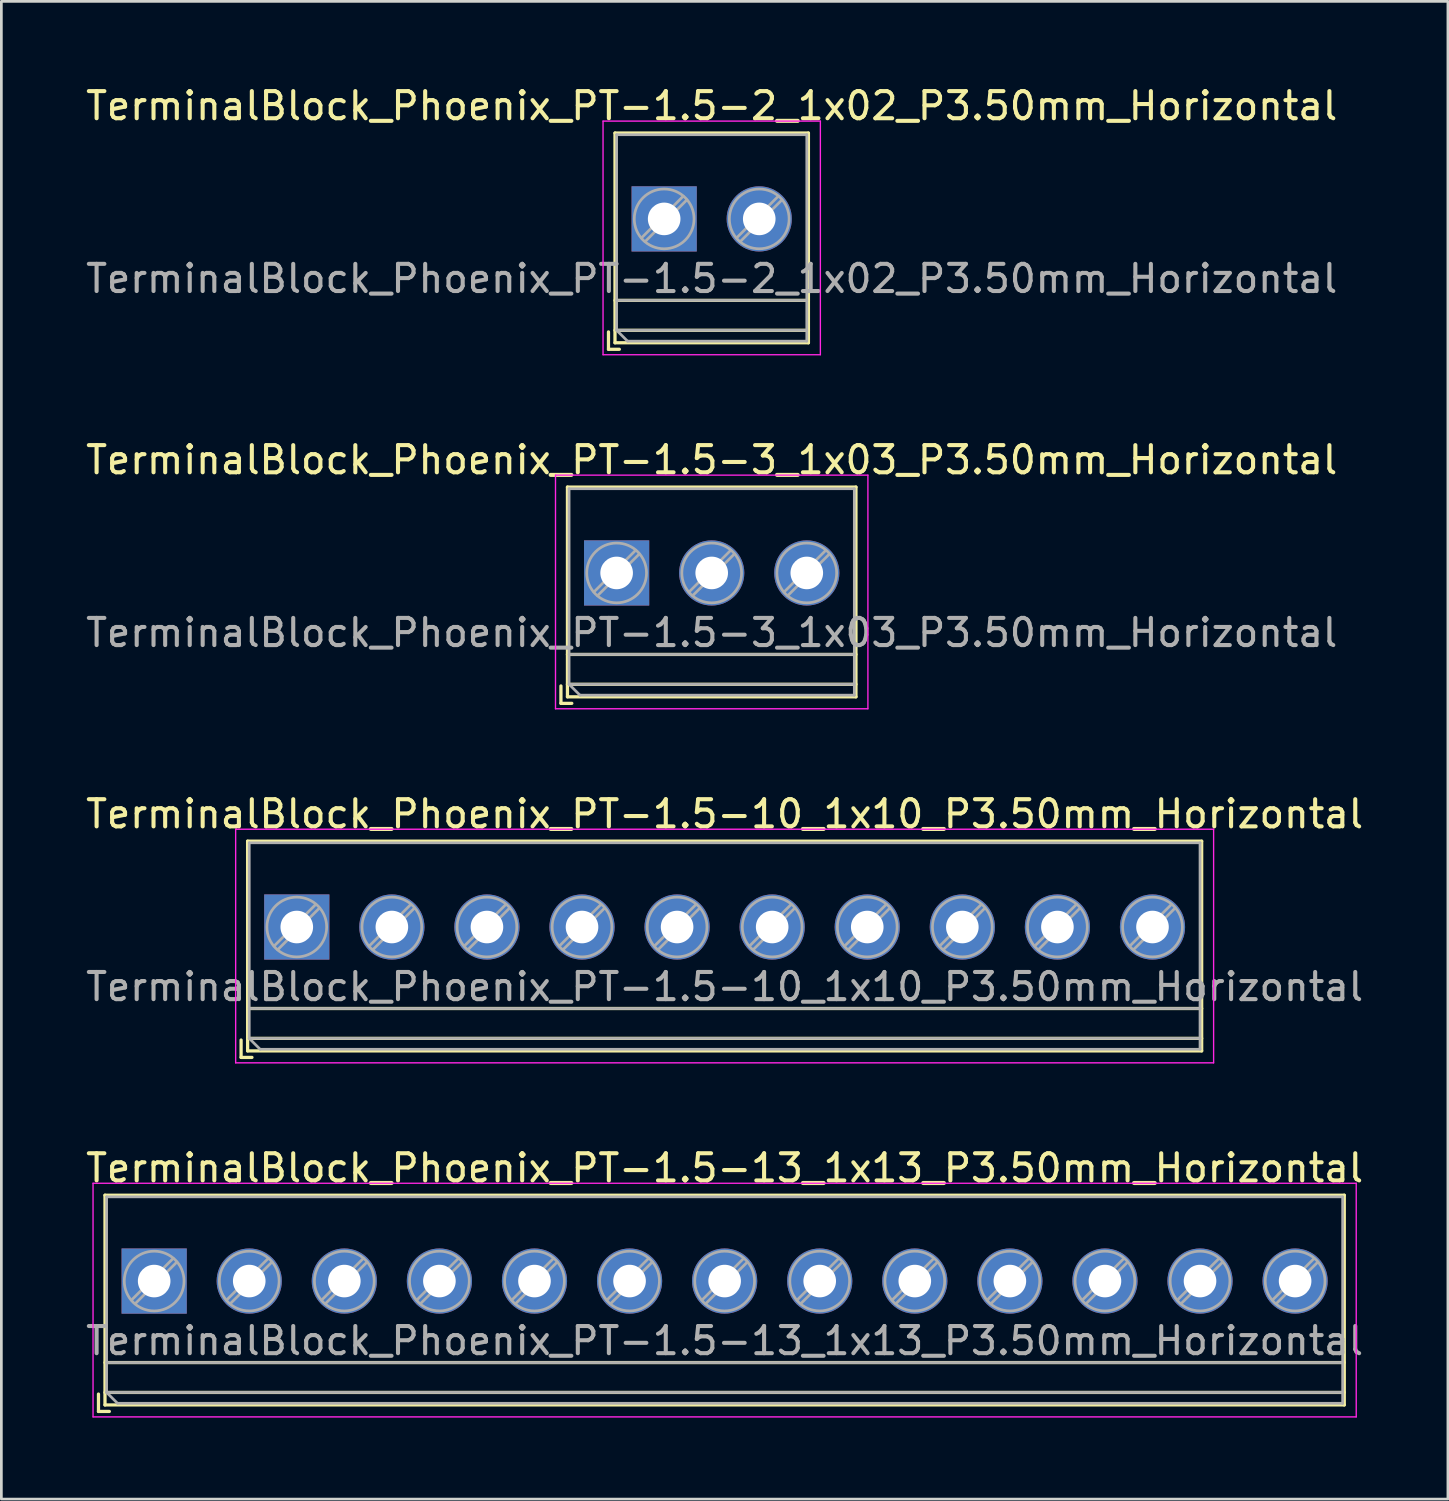
<source format=kicad_pcb>
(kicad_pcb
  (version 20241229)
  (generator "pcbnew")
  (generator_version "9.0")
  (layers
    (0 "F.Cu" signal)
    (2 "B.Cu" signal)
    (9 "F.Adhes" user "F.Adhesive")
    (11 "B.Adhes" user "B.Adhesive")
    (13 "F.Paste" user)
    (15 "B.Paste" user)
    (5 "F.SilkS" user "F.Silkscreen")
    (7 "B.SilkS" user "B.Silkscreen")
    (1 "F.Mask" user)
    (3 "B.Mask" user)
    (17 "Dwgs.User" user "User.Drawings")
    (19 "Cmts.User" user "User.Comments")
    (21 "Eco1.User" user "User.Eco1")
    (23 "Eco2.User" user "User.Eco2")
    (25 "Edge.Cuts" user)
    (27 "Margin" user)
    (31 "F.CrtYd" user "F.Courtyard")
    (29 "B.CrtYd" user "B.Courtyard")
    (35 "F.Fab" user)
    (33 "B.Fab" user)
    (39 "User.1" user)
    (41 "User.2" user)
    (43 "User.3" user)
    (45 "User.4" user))
  (footprint "TerminalBlock_Phoenix_PT-1.5-13_1x13_P3.50mm_Horizontal"
    (layer "F.Cu")
    (at 2.625 44.108)
    (property "Reference" "TerminalBlock_Phoenix_PT-1.5-13_1x13_P3.50mm_Horizontal" (at 21 -4.16 0) (layer "F.SilkS") (effects (font (size 1 1) (thickness 0.15))))
    (attr through_hole)
    (fp_line (start -2.05 4.16) (end -2.05 4.8) (stroke (width 0.12) (type solid)) (layer "F.SilkS"))
    (fp_line (start -2.05 4.8) (end -1.65 4.8) (stroke (width 0.12) (type solid)) (layer "F.SilkS"))
    (fp_line (start -1.81 -3.16) (end -1.81 4.56) (stroke (width 0.12) (type solid)) (layer "F.SilkS"))
    (fp_line (start -1.81 -3.16) (end 43.81 -3.16) (stroke (width 0.12) (type solid)) (layer "F.SilkS"))
    (fp_line (start -1.81 3) (end 43.81 3) (stroke (width 0.12) (type solid)) (layer "F.SilkS"))
    (fp_line (start -1.81 4.1) (end 43.81 4.1) (stroke (width 0.12) (type solid)) (layer "F.SilkS"))
    (fp_line (start -1.81 4.56) (end 43.81 4.56) (stroke (width 0.12) (type solid)) (layer "F.SilkS"))
    (fp_line (start 43.81 -3.16) (end 43.81 4.56) (stroke (width 0.12) (type solid)) (layer "F.SilkS"))
    (fp_line (start -2.25 -3.6) (end -2.25 5) (stroke (width 0.05) (type solid)) (layer "F.CrtYd"))
    (fp_line (start -2.25 5) (end 44.25 5) (stroke (width 0.05) (type solid)) (layer "F.CrtYd"))
    (fp_line (start 44.25 -3.6) (end -2.25 -3.6) (stroke (width 0.05) (type solid)) (layer "F.CrtYd"))
    (fp_line (start 44.25 5) (end 44.25 -3.6) (stroke (width 0.05) (type solid)) (layer "F.CrtYd"))
    (fp_line (start -1.75 -3.1) (end 43.75 -3.1) (stroke (width 0.1) (type solid)) (layer "F.Fab"))
    (fp_line (start -1.75 3) (end 43.75 3) (stroke (width 0.1) (type solid)) (layer "F.Fab"))
    (fp_line (start -1.75 4.1) (end -1.75 -3.1) (stroke (width 0.1) (type solid)) (layer "F.Fab"))
    (fp_line (start -1.75 4.1) (end 43.75 4.1) (stroke (width 0.1) (type solid)) (layer "F.Fab"))
    (fp_line (start -1.35 4.5) (end -1.75 4.1) (stroke (width 0.1) (type solid)) (layer "F.Fab"))
    (fp_line (start 0.701 -0.835) (end -0.835 0.7) (stroke (width 0.1) (type solid)) (layer "F.Fab"))
    (fp_line (start 0.835 -0.7) (end -0.701 0.835) (stroke (width 0.1) (type solid)) (layer "F.Fab"))
    (fp_line (start 4.201 -0.835) (end 2.666 0.7) (stroke (width 0.1) (type solid)) (layer "F.Fab"))
    (fp_line (start 4.335 -0.7) (end 2.8 0.835) (stroke (width 0.1) (type solid)) (layer "F.Fab"))
    (fp_line (start 7.701 -0.835) (end 6.166 0.7) (stroke (width 0.1) (type solid)) (layer "F.Fab"))
    (fp_line (start 7.835 -0.7) (end 6.3 0.835) (stroke (width 0.1) (type solid)) (layer "F.Fab"))
    (fp_line (start 11.201 -0.835) (end 9.666 0.7) (stroke (width 0.1) (type solid)) (layer "F.Fab"))
    (fp_line (start 11.335 -0.7) (end 9.8 0.835) (stroke (width 0.1) (type solid)) (layer "F.Fab"))
    (fp_line (start 14.701 -0.835) (end 13.166 0.7) (stroke (width 0.1) (type solid)) (layer "F.Fab"))
    (fp_line (start 14.835 -0.7) (end 13.3 0.835) (stroke (width 0.1) (type solid)) (layer "F.Fab"))
    (fp_line (start 18.201 -0.835) (end 16.666 0.7) (stroke (width 0.1) (type solid)) (layer "F.Fab"))
    (fp_line (start 18.335 -0.7) (end 16.8 0.835) (stroke (width 0.1) (type solid)) (layer "F.Fab"))
    (fp_line (start 21.701 -0.835) (end 20.166 0.7) (stroke (width 0.1) (type solid)) (layer "F.Fab"))
    (fp_line (start 21.835 -0.7) (end 20.3 0.835) (stroke (width 0.1) (type solid)) (layer "F.Fab"))
    (fp_line (start 25.201 -0.835) (end 23.666 0.7) (stroke (width 0.1) (type solid)) (layer "F.Fab"))
    (fp_line (start 25.335 -0.7) (end 23.8 0.835) (stroke (width 0.1) (type solid)) (layer "F.Fab"))
    (fp_line (start 28.701 -0.835) (end 27.166 0.7) (stroke (width 0.1) (type solid)) (layer "F.Fab"))
    (fp_line (start 28.835 -0.7) (end 27.3 0.835) (stroke (width 0.1) (type solid)) (layer "F.Fab"))
    (fp_line (start 32.201 -0.835) (end 30.666 0.7) (stroke (width 0.1) (type solid)) (layer "F.Fab"))
    (fp_line (start 32.335 -0.7) (end 30.8 0.835) (stroke (width 0.1) (type solid)) (layer "F.Fab"))
    (fp_line (start 35.701 -0.835) (end 34.166 0.7) (stroke (width 0.1) (type solid)) (layer "F.Fab"))
    (fp_line (start 35.835 -0.7) (end 34.3 0.835) (stroke (width 0.1) (type solid)) (layer "F.Fab"))
    (fp_line (start 39.201 -0.835) (end 37.666 0.7) (stroke (width 0.1) (type solid)) (layer "F.Fab"))
    (fp_line (start 39.335 -0.7) (end 37.8 0.835) (stroke (width 0.1) (type solid)) (layer "F.Fab"))
    (fp_line (start 42.701 -0.835) (end 41.166 0.7) (stroke (width 0.1) (type solid)) (layer "F.Fab"))
    (fp_line (start 42.835 -0.7) (end 41.3 0.835) (stroke (width 0.1) (type solid)) (layer "F.Fab"))
    (fp_line (start 43.75 -3.1) (end 43.75 4.5) (stroke (width 0.1) (type solid)) (layer "F.Fab"))
    (fp_line (start 43.75 4.5) (end -1.35 4.5) (stroke (width 0.1) (type solid)) (layer "F.Fab"))
    (fp_circle (center 0 0) (end 1.1 0) (stroke (width 0.1) (type solid)) (fill no) (layer "F.Fab"))
    (fp_circle (center 3.5 0) (end 4.6 0) (stroke (width 0.1) (type solid)) (fill no) (layer "F.Fab"))
    (fp_circle (center 7 0) (end 8.1 0) (stroke (width 0.1) (type solid)) (fill no) (layer "F.Fab"))
    (fp_circle (center 10.5 0) (end 11.6 0) (stroke (width 0.1) (type solid)) (fill no) (layer "F.Fab"))
    (fp_circle (center 14 0) (end 15.1 0) (stroke (width 0.1) (type solid)) (fill no) (layer "F.Fab"))
    (fp_circle (center 17.5 0) (end 18.6 0) (stroke (width 0.1) (type solid)) (fill no) (layer "F.Fab"))
    (fp_circle (center 21 0) (end 22.1 0) (stroke (width 0.1) (type solid)) (fill no) (layer "F.Fab"))
    (fp_circle (center 24.5 0) (end 25.6 0) (stroke (width 0.1) (type solid)) (fill no) (layer "F.Fab"))
    (fp_circle (center 28 0) (end 29.1 0) (stroke (width 0.1) (type solid)) (fill no) (layer "F.Fab"))
    (fp_circle (center 31.5 0) (end 32.6 0) (stroke (width 0.1) (type solid)) (fill no) (layer "F.Fab"))
    (fp_circle (center 35 0) (end 36.1 0) (stroke (width 0.1) (type solid)) (fill no) (layer "F.Fab"))
    (fp_circle (center 38.5 0) (end 39.6 0) (stroke (width 0.1) (type solid)) (fill no) (layer "F.Fab"))
    (fp_circle (center 42 0) (end 43.1 0) (stroke (width 0.1) (type solid)) (fill no) (layer "F.Fab"))
    (fp_text user "${REFERENCE}" (at 21 2.2 0) (layer "F.Fab") (effects (font (size 1 1) (thickness 0.15))))
    (pad "1" thru_hole rect (at 0 0) (size 2.4 2.4) (drill 1.2) (layers "*.Cu" "*.Mask"))
    (pad "2" thru_hole circle (at 3.5 0) (size 2.4 2.4) (drill 1.2) (layers "*.Cu" "*.Mask"))
    (pad "3" thru_hole circle (at 7 0) (size 2.4 2.4) (drill 1.2) (layers "*.Cu" "*.Mask"))
    (pad "4" thru_hole circle (at 10.5 0) (size 2.4 2.4) (drill 1.2) (layers "*.Cu" "*.Mask"))
    (pad "5" thru_hole circle (at 14 0) (size 2.4 2.4) (drill 1.2) (layers "*.Cu" "*.Mask"))
    (pad "6" thru_hole circle (at 17.5 0) (size 2.4 2.4) (drill 1.2) (layers "*.Cu" "*.Mask"))
    (pad "7" thru_hole circle (at 21 0) (size 2.4 2.4) (drill 1.2) (layers "*.Cu" "*.Mask"))
    (pad "8" thru_hole circle (at 24.5 0) (size 2.4 2.4) (drill 1.2) (layers "*.Cu" "*.Mask"))
    (pad "9" thru_hole circle (at 28 0) (size 2.4 2.4) (drill 1.2) (layers "*.Cu" "*.Mask"))
    (pad "10" thru_hole circle (at 31.5 0) (size 2.4 2.4) (drill 1.2) (layers "*.Cu" "*.Mask"))
    (pad "11" thru_hole circle (at 35 0) (size 2.4 2.4) (drill 1.2) (layers "*.Cu" "*.Mask"))
    (pad "12" thru_hole circle (at 38.5 0) (size 2.4 2.4) (drill 1.2) (layers "*.Cu" "*.Mask"))
    (pad "13" thru_hole circle (at 42 0) (size 2.4 2.4) (drill 1.2) (layers "*.Cu" "*.Mask")))
  (footprint "TerminalBlock_Phoenix_PT-1.5-10_1x10_P3.50mm_Horizontal"
    (layer "F.Cu")
    (at 7.875 31.075)
    (property "Reference" "TerminalBlock_Phoenix_PT-1.5-10_1x10_P3.50mm_Horizontal" (at 15.75 -4.16 0) (layer "F.SilkS") (effects (font (size 1 1) (thickness 0.15))))
    (attr through_hole)
    (fp_line (start -2.05 4.16) (end -2.05 4.8) (stroke (width 0.12) (type solid)) (layer "F.SilkS"))
    (fp_line (start -2.05 4.8) (end -1.65 4.8) (stroke (width 0.12) (type solid)) (layer "F.SilkS"))
    (fp_line (start -1.81 -3.16) (end -1.81 4.56) (stroke (width 0.12) (type solid)) (layer "F.SilkS"))
    (fp_line (start -1.81 -3.16) (end 33.31 -3.16) (stroke (width 0.12) (type solid)) (layer "F.SilkS"))
    (fp_line (start -1.81 3) (end 33.31 3) (stroke (width 0.12) (type solid)) (layer "F.SilkS"))
    (fp_line (start -1.81 4.1) (end 33.31 4.1) (stroke (width 0.12) (type solid)) (layer "F.SilkS"))
    (fp_line (start -1.81 4.56) (end 33.31 4.56) (stroke (width 0.12) (type solid)) (layer "F.SilkS"))
    (fp_line (start 33.31 -3.16) (end 33.31 4.56) (stroke (width 0.12) (type solid)) (layer "F.SilkS"))
    (fp_line (start -2.25 -3.6) (end -2.25 5) (stroke (width 0.05) (type solid)) (layer "F.CrtYd"))
    (fp_line (start -2.25 5) (end 33.75 5) (stroke (width 0.05) (type solid)) (layer "F.CrtYd"))
    (fp_line (start 33.75 -3.6) (end -2.25 -3.6) (stroke (width 0.05) (type solid)) (layer "F.CrtYd"))
    (fp_line (start 33.75 5) (end 33.75 -3.6) (stroke (width 0.05) (type solid)) (layer "F.CrtYd"))
    (fp_line (start -1.75 -3.1) (end 33.25 -3.1) (stroke (width 0.1) (type solid)) (layer "F.Fab"))
    (fp_line (start -1.75 3) (end 33.25 3) (stroke (width 0.1) (type solid)) (layer "F.Fab"))
    (fp_line (start -1.75 4.1) (end -1.75 -3.1) (stroke (width 0.1) (type solid)) (layer "F.Fab"))
    (fp_line (start -1.75 4.1) (end 33.25 4.1) (stroke (width 0.1) (type solid)) (layer "F.Fab"))
    (fp_line (start -1.35 4.5) (end -1.75 4.1) (stroke (width 0.1) (type solid)) (layer "F.Fab"))
    (fp_line (start 0.701 -0.835) (end -0.835 0.7) (stroke (width 0.1) (type solid)) (layer "F.Fab"))
    (fp_line (start 0.835 -0.7) (end -0.701 0.835) (stroke (width 0.1) (type solid)) (layer "F.Fab"))
    (fp_line (start 4.201 -0.835) (end 2.666 0.7) (stroke (width 0.1) (type solid)) (layer "F.Fab"))
    (fp_line (start 4.335 -0.7) (end 2.8 0.835) (stroke (width 0.1) (type solid)) (layer "F.Fab"))
    (fp_line (start 7.701 -0.835) (end 6.166 0.7) (stroke (width 0.1) (type solid)) (layer "F.Fab"))
    (fp_line (start 7.835 -0.7) (end 6.3 0.835) (stroke (width 0.1) (type solid)) (layer "F.Fab"))
    (fp_line (start 11.201 -0.835) (end 9.666 0.7) (stroke (width 0.1) (type solid)) (layer "F.Fab"))
    (fp_line (start 11.335 -0.7) (end 9.8 0.835) (stroke (width 0.1) (type solid)) (layer "F.Fab"))
    (fp_line (start 14.701 -0.835) (end 13.166 0.7) (stroke (width 0.1) (type solid)) (layer "F.Fab"))
    (fp_line (start 14.835 -0.7) (end 13.3 0.835) (stroke (width 0.1) (type solid)) (layer "F.Fab"))
    (fp_line (start 18.201 -0.835) (end 16.666 0.7) (stroke (width 0.1) (type solid)) (layer "F.Fab"))
    (fp_line (start 18.335 -0.7) (end 16.8 0.835) (stroke (width 0.1) (type solid)) (layer "F.Fab"))
    (fp_line (start 21.701 -0.835) (end 20.166 0.7) (stroke (width 0.1) (type solid)) (layer "F.Fab"))
    (fp_line (start 21.835 -0.7) (end 20.3 0.835) (stroke (width 0.1) (type solid)) (layer "F.Fab"))
    (fp_line (start 25.201 -0.835) (end 23.666 0.7) (stroke (width 0.1) (type solid)) (layer "F.Fab"))
    (fp_line (start 25.335 -0.7) (end 23.8 0.835) (stroke (width 0.1) (type solid)) (layer "F.Fab"))
    (fp_line (start 28.701 -0.835) (end 27.166 0.7) (stroke (width 0.1) (type solid)) (layer "F.Fab"))
    (fp_line (start 28.835 -0.7) (end 27.3 0.835) (stroke (width 0.1) (type solid)) (layer "F.Fab"))
    (fp_line (start 32.201 -0.835) (end 30.666 0.7) (stroke (width 0.1) (type solid)) (layer "F.Fab"))
    (fp_line (start 32.335 -0.7) (end 30.8 0.835) (stroke (width 0.1) (type solid)) (layer "F.Fab"))
    (fp_line (start 33.25 -3.1) (end 33.25 4.5) (stroke (width 0.1) (type solid)) (layer "F.Fab"))
    (fp_line (start 33.25 4.5) (end -1.35 4.5) (stroke (width 0.1) (type solid)) (layer "F.Fab"))
    (fp_circle (center 0 0) (end 1.1 0) (stroke (width 0.1) (type solid)) (fill no) (layer "F.Fab"))
    (fp_circle (center 3.5 0) (end 4.6 0) (stroke (width 0.1) (type solid)) (fill no) (layer "F.Fab"))
    (fp_circle (center 7 0) (end 8.1 0) (stroke (width 0.1) (type solid)) (fill no) (layer "F.Fab"))
    (fp_circle (center 10.5 0) (end 11.6 0) (stroke (width 0.1) (type solid)) (fill no) (layer "F.Fab"))
    (fp_circle (center 14 0) (end 15.1 0) (stroke (width 0.1) (type solid)) (fill no) (layer "F.Fab"))
    (fp_circle (center 17.5 0) (end 18.6 0) (stroke (width 0.1) (type solid)) (fill no) (layer "F.Fab"))
    (fp_circle (center 21 0) (end 22.1 0) (stroke (width 0.1) (type solid)) (fill no) (layer "F.Fab"))
    (fp_circle (center 24.5 0) (end 25.6 0) (stroke (width 0.1) (type solid)) (fill no) (layer "F.Fab"))
    (fp_circle (center 28 0) (end 29.1 0) (stroke (width 0.1) (type solid)) (fill no) (layer "F.Fab"))
    (fp_circle (center 31.5 0) (end 32.6 0) (stroke (width 0.1) (type solid)) (fill no) (layer "F.Fab"))
    (fp_text user "${REFERENCE}" (at 15.75 2.2 0) (layer "F.Fab") (effects (font (size 1 1) (thickness 0.15))))
    (pad "1" thru_hole rect (at 0 0) (size 2.4 2.4) (drill 1.2) (layers "*.Cu" "*.Mask"))
    (pad "2" thru_hole circle (at 3.5 0) (size 2.4 2.4) (drill 1.2) (layers "*.Cu" "*.Mask"))
    (pad "3" thru_hole circle (at 7 0) (size 2.4 2.4) (drill 1.2) (layers "*.Cu" "*.Mask"))
    (pad "4" thru_hole circle (at 10.5 0) (size 2.4 2.4) (drill 1.2) (layers "*.Cu" "*.Mask"))
    (pad "5" thru_hole circle (at 14 0) (size 2.4 2.4) (drill 1.2) (layers "*.Cu" "*.Mask"))
    (pad "6" thru_hole circle (at 17.5 0) (size 2.4 2.4) (drill 1.2) (layers "*.Cu" "*.Mask"))
    (pad "7" thru_hole circle (at 21 0) (size 2.4 2.4) (drill 1.2) (layers "*.Cu" "*.Mask"))
    (pad "8" thru_hole circle (at 24.5 0) (size 2.4 2.4) (drill 1.2) (layers "*.Cu" "*.Mask"))
    (pad "9" thru_hole circle (at 28 0) (size 2.4 2.4) (drill 1.2) (layers "*.Cu" "*.Mask"))
    (pad "10" thru_hole circle (at 31.5 0) (size 2.4 2.4) (drill 1.2) (layers "*.Cu" "*.Mask")))
  (footprint "TerminalBlock_Phoenix_PT-1.5-2_1x02_P3.50mm_Horizontal"
    (layer "F.Cu")
    (at 21.399 5.008)
    (property "Reference" "TerminalBlock_Phoenix_PT-1.5-2_1x02_P3.50mm_Horizontal" (at 1.75 -4.16 0) (layer "F.SilkS") (effects (font (size 1 1) (thickness 0.15))))
    (attr through_hole)
    (fp_line (start -2.05 4.16) (end -2.05 4.8) (stroke (width 0.12) (type solid)) (layer "F.SilkS"))
    (fp_line (start -2.05 4.8) (end -1.65 4.8) (stroke (width 0.12) (type solid)) (layer "F.SilkS"))
    (fp_line (start -1.81 -3.16) (end -1.81 4.56) (stroke (width 0.12) (type solid)) (layer "F.SilkS"))
    (fp_line (start -1.81 -3.16) (end 5.31 -3.16) (stroke (width 0.12) (type solid)) (layer "F.SilkS"))
    (fp_line (start -1.81 3) (end 5.31 3) (stroke (width 0.12) (type solid)) (layer "F.SilkS"))
    (fp_line (start -1.81 4.1) (end 5.31 4.1) (stroke (width 0.12) (type solid)) (layer "F.SilkS"))
    (fp_line (start -1.81 4.56) (end 5.31 4.56) (stroke (width 0.12) (type solid)) (layer "F.SilkS"))
    (fp_line (start 5.31 -3.16) (end 5.31 4.56) (stroke (width 0.12) (type solid)) (layer "F.SilkS"))
    (fp_line (start -2.25 -3.6) (end -2.25 5) (stroke (width 0.05) (type solid)) (layer "F.CrtYd"))
    (fp_line (start -2.25 5) (end 5.75 5) (stroke (width 0.05) (type solid)) (layer "F.CrtYd"))
    (fp_line (start 5.75 -3.6) (end -2.25 -3.6) (stroke (width 0.05) (type solid)) (layer "F.CrtYd"))
    (fp_line (start 5.75 5) (end 5.75 -3.6) (stroke (width 0.05) (type solid)) (layer "F.CrtYd"))
    (fp_line (start -1.75 -3.1) (end 5.25 -3.1) (stroke (width 0.1) (type solid)) (layer "F.Fab"))
    (fp_line (start -1.75 3) (end 5.25 3) (stroke (width 0.1) (type solid)) (layer "F.Fab"))
    (fp_line (start -1.75 4.1) (end -1.75 -3.1) (stroke (width 0.1) (type solid)) (layer "F.Fab"))
    (fp_line (start -1.75 4.1) (end 5.25 4.1) (stroke (width 0.1) (type solid)) (layer "F.Fab"))
    (fp_line (start -1.35 4.5) (end -1.75 4.1) (stroke (width 0.1) (type solid)) (layer "F.Fab"))
    (fp_line (start 0.701 -0.835) (end -0.835 0.7) (stroke (width 0.1) (type solid)) (layer "F.Fab"))
    (fp_line (start 0.835 -0.7) (end -0.701 0.835) (stroke (width 0.1) (type solid)) (layer "F.Fab"))
    (fp_line (start 4.201 -0.835) (end 2.666 0.7) (stroke (width 0.1) (type solid)) (layer "F.Fab"))
    (fp_line (start 4.335 -0.7) (end 2.8 0.835) (stroke (width 0.1) (type solid)) (layer "F.Fab"))
    (fp_line (start 5.25 -3.1) (end 5.25 4.5) (stroke (width 0.1) (type solid)) (layer "F.Fab"))
    (fp_line (start 5.25 4.5) (end -1.35 4.5) (stroke (width 0.1) (type solid)) (layer "F.Fab"))
    (fp_circle (center 0 0) (end 1.1 0) (stroke (width 0.1) (type solid)) (fill no) (layer "F.Fab"))
    (fp_circle (center 3.5 0) (end 4.6 0) (stroke (width 0.1) (type solid)) (fill no) (layer "F.Fab"))
    (fp_text user "${REFERENCE}" (at 1.75 2.2 0) (layer "F.Fab") (effects (font (size 1 1) (thickness 0.15))))
    (pad "1" thru_hole rect (at 0 0) (size 2.4 2.4) (drill 1.2) (layers "*.Cu" "*.Mask"))
    (pad "2" thru_hole circle (at 3.5 0) (size 2.4 2.4) (drill 1.2) (layers "*.Cu" "*.Mask")))
  (footprint "TerminalBlock_Phoenix_PT-1.5-3_1x03_P3.50mm_Horizontal"
    (layer "F.Cu")
    (at 19.649 18.041)
    (property "Reference" "TerminalBlock_Phoenix_PT-1.5-3_1x03_P3.50mm_Horizontal" (at 3.5 -4.16 0) (layer "F.SilkS") (effects (font (size 1 1) (thickness 0.15))))
    (attr through_hole)
    (fp_line (start -2.05 4.16) (end -2.05 4.8) (stroke (width 0.12) (type solid)) (layer "F.SilkS"))
    (fp_line (start -2.05 4.8) (end -1.65 4.8) (stroke (width 0.12) (type solid)) (layer "F.SilkS"))
    (fp_line (start -1.81 -3.16) (end -1.81 4.56) (stroke (width 0.12) (type solid)) (layer "F.SilkS"))
    (fp_line (start -1.81 -3.16) (end 8.81 -3.16) (stroke (width 0.12) (type solid)) (layer "F.SilkS"))
    (fp_line (start -1.81 3) (end 8.81 3) (stroke (width 0.12) (type solid)) (layer "F.SilkS"))
    (fp_line (start -1.81 4.1) (end 8.81 4.1) (stroke (width 0.12) (type solid)) (layer "F.SilkS"))
    (fp_line (start -1.81 4.56) (end 8.81 4.56) (stroke (width 0.12) (type solid)) (layer "F.SilkS"))
    (fp_line (start 8.81 -3.16) (end 8.81 4.56) (stroke (width 0.12) (type solid)) (layer "F.SilkS"))
    (fp_line (start -2.25 -3.6) (end -2.25 5) (stroke (width 0.05) (type solid)) (layer "F.CrtYd"))
    (fp_line (start -2.25 5) (end 9.25 5) (stroke (width 0.05) (type solid)) (layer "F.CrtYd"))
    (fp_line (start 9.25 -3.6) (end -2.25 -3.6) (stroke (width 0.05) (type solid)) (layer "F.CrtYd"))
    (fp_line (start 9.25 5) (end 9.25 -3.6) (stroke (width 0.05) (type solid)) (layer "F.CrtYd"))
    (fp_line (start -1.75 -3.1) (end 8.75 -3.1) (stroke (width 0.1) (type solid)) (layer "F.Fab"))
    (fp_line (start -1.75 3) (end 8.75 3) (stroke (width 0.1) (type solid)) (layer "F.Fab"))
    (fp_line (start -1.75 4.1) (end -1.75 -3.1) (stroke (width 0.1) (type solid)) (layer "F.Fab"))
    (fp_line (start -1.75 4.1) (end 8.75 4.1) (stroke (width 0.1) (type solid)) (layer "F.Fab"))
    (fp_line (start -1.35 4.5) (end -1.75 4.1) (stroke (width 0.1) (type solid)) (layer "F.Fab"))
    (fp_line (start 0.701 -0.835) (end -0.835 0.7) (stroke (width 0.1) (type solid)) (layer "F.Fab"))
    (fp_line (start 0.835 -0.7) (end -0.701 0.835) (stroke (width 0.1) (type solid)) (layer "F.Fab"))
    (fp_line (start 4.201 -0.835) (end 2.666 0.7) (stroke (width 0.1) (type solid)) (layer "F.Fab"))
    (fp_line (start 4.335 -0.7) (end 2.8 0.835) (stroke (width 0.1) (type solid)) (layer "F.Fab"))
    (fp_line (start 7.701 -0.835) (end 6.166 0.7) (stroke (width 0.1) (type solid)) (layer "F.Fab"))
    (fp_line (start 7.835 -0.7) (end 6.3 0.835) (stroke (width 0.1) (type solid)) (layer "F.Fab"))
    (fp_line (start 8.75 -3.1) (end 8.75 4.5) (stroke (width 0.1) (type solid)) (layer "F.Fab"))
    (fp_line (start 8.75 4.5) (end -1.35 4.5) (stroke (width 0.1) (type solid)) (layer "F.Fab"))
    (fp_circle (center 0 0) (end 1.1 0) (stroke (width 0.1) (type solid)) (fill no) (layer "F.Fab"))
    (fp_circle (center 3.5 0) (end 4.6 0) (stroke (width 0.1) (type solid)) (fill no) (layer "F.Fab"))
    (fp_circle (center 7 0) (end 8.1 0) (stroke (width 0.1) (type solid)) (fill no) (layer "F.Fab"))
    (fp_text user "${REFERENCE}" (at 3.5 2.2 0) (layer "F.Fab") (effects (font (size 1 1) (thickness 0.15))))
    (pad "1" thru_hole rect (at 0 0) (size 2.4 2.4) (drill 1.2) (layers "*.Cu" "*.Mask"))
    (pad "2" thru_hole circle (at 3.5 0) (size 2.4 2.4) (drill 1.2) (layers "*.Cu" "*.Mask"))
    (pad "3" thru_hole circle (at 7 0) (size 2.4 2.4) (drill 1.2) (layers "*.Cu" "*.Mask")))
  (gr_rect
    (start -3 -3)
    (end 50.25 52.133)
    (stroke (width 0.1) (type default))
    (fill no)
    (layer "Edge.Cuts")))
</source>
